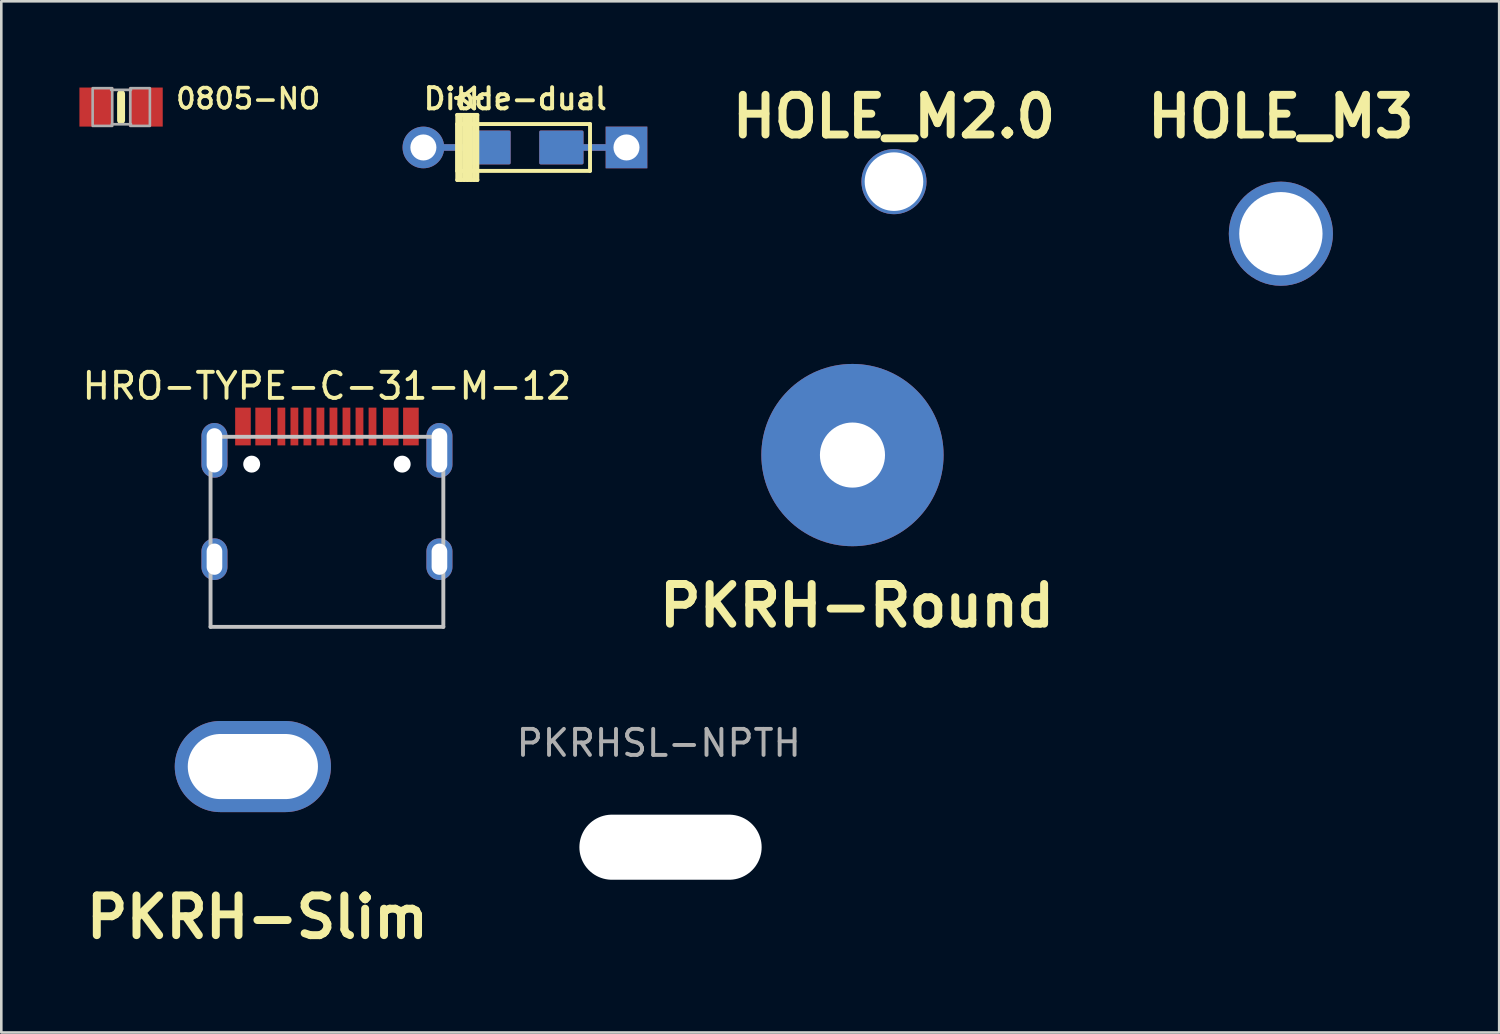
<source format=kicad_pcb>
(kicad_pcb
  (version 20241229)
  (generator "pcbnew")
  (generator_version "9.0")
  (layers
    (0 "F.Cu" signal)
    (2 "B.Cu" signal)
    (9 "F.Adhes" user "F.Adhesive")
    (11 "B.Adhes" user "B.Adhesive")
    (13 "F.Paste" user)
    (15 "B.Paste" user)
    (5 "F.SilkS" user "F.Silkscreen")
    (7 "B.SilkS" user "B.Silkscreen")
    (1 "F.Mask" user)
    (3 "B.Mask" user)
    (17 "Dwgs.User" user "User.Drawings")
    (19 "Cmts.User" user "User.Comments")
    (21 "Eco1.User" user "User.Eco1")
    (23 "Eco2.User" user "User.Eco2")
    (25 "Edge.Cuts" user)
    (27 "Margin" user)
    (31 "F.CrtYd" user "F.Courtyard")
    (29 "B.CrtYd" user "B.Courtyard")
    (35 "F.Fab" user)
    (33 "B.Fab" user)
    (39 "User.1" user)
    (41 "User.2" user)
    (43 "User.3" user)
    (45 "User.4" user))
  (footprint "Diode-dual"
    (layer "F.Cu")
    (at 17.11 2.613)
    (property "Reference" "Diode-dual" (at -0.37 -1.87 0) (layer "F.SilkS") (effects (font (size 0.813 0.813) (thickness 0.152))))
    (attr smd)
    (fp_line (start -2.6 -1.25) (end -2.6 1.25) (stroke (width 0.15) (type solid)) (layer "F.SilkS"))
    (fp_line (start -2.6 -0.9) (end -2.6 0.9) (stroke (width 0.15) (type solid)) (layer "F.SilkS"))
    (fp_line (start -2.6 0.9) (end 2.5 0.9) (stroke (width 0.15) (type solid)) (layer "F.SilkS"))
    (fp_line (start -2.463 -1.25) (end -2.463 1.25) (stroke (width 0.15) (type solid)) (layer "F.SilkS"))
    (fp_line (start -2.45 -2.3) (end -2.45 -1.5) (stroke (width 0.15) (type solid)) (layer "F.SilkS"))
    (fp_line (start -2.45 -1.9) (end -2.65 -1.9) (stroke (width 0.15) (type solid)) (layer "F.SilkS"))
    (fp_line (start -2.45 -1.9) (end -1.95 -2.3) (stroke (width 0.15) (type solid)) (layer "F.SilkS"))
    (fp_line (start -2.336 1.25) (end -2.336 -1.25) (stroke (width 0.15) (type solid)) (layer "F.SilkS"))
    (fp_line (start -2.209 -1.25) (end -2.209 1.25) (stroke (width 0.15) (type solid)) (layer "F.SilkS"))
    (fp_line (start -2.082 1.25) (end -2.082 -1.25) (stroke (width 0.15) (type solid)) (layer "F.SilkS"))
    (fp_line (start -1.955 -1.25) (end -1.955 1.25) (stroke (width 0.15) (type solid)) (layer "F.SilkS"))
    (fp_line (start -1.95 -2.3) (end -1.95 -1.9) (stroke (width 0.15) (type solid)) (layer "F.SilkS"))
    (fp_line (start -1.95 -1.5) (end -2.45 -1.9) (stroke (width 0.15) (type solid)) (layer "F.SilkS"))
    (fp_line (start -1.95 -1.9) (end -1.95 -1.5) (stroke (width 0.15) (type solid)) (layer "F.SilkS"))
    (fp_line (start -1.828 -1.25) (end -2.603 -1.25) (stroke (width 0.15) (type solid)) (layer "F.SilkS"))
    (fp_line (start -1.828 -1.25) (end -1.828 1.25) (stroke (width 0.15) (type solid)) (layer "F.SilkS"))
    (fp_line (start -1.825 1.25) (end -2.6 1.25) (stroke (width 0.15) (type solid)) (layer "F.SilkS"))
    (fp_line (start -1.65 -1.9) (end -1.95 -1.9) (stroke (width 0.15) (type solid)) (layer "F.SilkS"))
    (fp_line (start 2.5 -0.9) (end -2.6 -0.9) (stroke (width 0.15) (type solid)) (layer "F.SilkS"))
    (fp_line (start 2.5 0.9) (end 2.5 -0.9) (stroke (width 0.15) (type solid)) (layer "F.SilkS"))
    (pad "1" smd rect (at 1.4 0) (size 1.6 1.2) (layers "F.Cu" "F.Mask" "F.Paste"))
    (pad "1" smd rect (at 1.4 0) (size 1.6 1.2) (layers "B.Cu" "B.Mask" "B.Paste"))
    (pad "1" smd custom (at 1.4 0) (size 1.6 1.2) (layers "F.Cu") (options (anchor rect)) (primitives (gr_poly (pts (xy -0.8 -0.6) (xy -0.8 0.6) (xy 0.8 0.6) (xy 0.8 -0.6)) (width 0.1) (fill yes)) (gr_line (start 2.5 0) (end 0.1 0) (width 0.25)) (gr_poly (pts (xy 1.9 -0.6) (xy 1.9 0.6) (xy 3.1 0.6) (xy 3.1 -0.6)) (width 0.1) (fill yes))))
    (pad "1" smd custom (at 1.4 0) (size 1.6 1.2) (layers "B.Cu") (options (anchor rect)) (primitives (gr_poly (pts (xy 1.9 -0.6) (xy 1.9 0.6) (xy 3.1 0.6) (xy 3.1 -0.6)) (width 0.1) (fill yes)) (gr_poly (pts (xy -0.8 -0.6) (xy -0.8 0.6) (xy 0.8 0.6) (xy 0.8 -0.6)) (width 0.1) (fill yes)) (gr_line (start 0.4 0) (end 2.5 0) (width 0.25))))
    (pad "1" thru_hole rect (at 3.9 0) (size 1.6 1.6) (drill 1) (layers "*.Cu" "*.Mask"))
    (pad "2" thru_hole circle (at -3.9 0) (size 1.6 1.6) (drill 1) (layers "*.Cu" "*.Mask"))
    (pad "2" smd rect (at -1.4 0) (size 1.6 1.2) (layers "F.Cu" "F.Mask" "F.Paste"))
    (pad "2" smd rect (at -1.4 0) (size 1.6 1.2) (layers "B.Cu" "B.Mask" "B.Paste"))
    (pad "2" smd custom (at -1.4 0) (size 1.6 1.2) (layers "F.Cu") (options (anchor rect)) (primitives (gr_poly (pts (xy 0.8 -0.6) (xy 0.8 0.6) (xy -0.8 0.6) (xy -0.8 -0.6)) (width 0.1) (fill yes)) (gr_line (start 0.1 0) (end -2.5 0) (width 0.25)) (gr_circle (center -2.5 0) (end -2.2 0) (width 0.6) (fill no))))
    (pad "2" smd custom (at -1.4 0) (size 1.6 1.2) (layers "B.Cu") (options (anchor rect)) (primitives (gr_poly (pts (xy 0.8 -0.6) (xy 0.8 0.6) (xy -0.8 0.6) (xy -0.8 -0.6)) (width 0.1) (fill yes)) (gr_line (start -2.5 0) (end -0.1 0) (width 0.25)) (gr_circle (center -2.5 0) (end -2.2 0) (width 0.6) (fill no)))))
  (footprint "PKRHSL-NPTH"
    (layer "F.Cu")
    (at 22.701 29.487)
    (property "Reference" "PKRHSL-NPTH" (at -0.451 -4 0) (layer "F.Fab") (effects (font (size 1 1) (thickness 0.15))))
    (attr exclude_from_pos_files exclude_from_bom)
    (pad "" np_thru_hole oval (at 0 0) (size 7 2.5) (drill oval 7 2.5) (layers "*.Cu")))
  (footprint "HOLE_M3"
    (layer "F.Cu")
    (at 46.142 5.926)
    (property "Reference" "HOLE_M3" (at 0 -4.5 0) (layer "F.SilkS") (effects (font (size 1.524 1.524) (thickness 0.305))))
    (attr through_hole)
    (pad "1" thru_hole circle (at 0 0) (size 4 4) (drill 3.2) (layers "*.Cu" "*.Mask")))
  (footprint "HRO-TYPE-C-31-M-12"
    (layer "F.Cu")
    (at 9.506 21.025)
    (property "Reference" "HRO-TYPE-C-31-M-12" (at 0 -9.25 0) (layer "F.SilkS") (effects (font (size 1 1) (thickness 0.15))))
    (attr through_hole)
    (fp_line (start -4.47 -7.3) (end 4.47 -7.3) (stroke (width 0.15) (type solid)) (layer "Dwgs.User"))
    (fp_line (start -4.47 0) (end -4.47 -7.3) (stroke (width 0.15) (type solid)) (layer "Dwgs.User"))
    (fp_line (start -4.47 0) (end 4.47 0) (stroke (width 0.15) (type solid)) (layer "Dwgs.User"))
    (fp_line (start 4.47 0) (end 4.47 -7.3) (stroke (width 0.15) (type solid)) (layer "Dwgs.User"))
    (pad "" np_thru_hole circle (at -2.89 -6.25) (size 0.65 0.65) (drill 0.65) (layers "*.Cu" "*.Mask"))
    (pad "" np_thru_hole circle (at 2.89 -6.25) (size 0.65 0.65) (drill 0.65) (layers "*.Cu" "*.Mask"))
    (pad "1" smd rect (at -3.225 -7.695) (size 0.6 1.45) (layers "F.Cu" "F.Mask" "F.Paste"))
    (pad "2" smd rect (at -2.45 -7.695) (size 0.6 1.45) (layers "F.Cu" "F.Mask" "F.Paste"))
    (pad "3" smd rect (at -1.75 -7.695) (size 0.3 1.45) (layers "F.Cu" "F.Mask" "F.Paste"))
    (pad "4" smd rect (at -1.25 -7.695) (size 0.3 1.45) (layers "F.Cu" "F.Mask" "F.Paste"))
    (pad "5" smd rect (at -0.75 -7.695) (size 0.3 1.45) (layers "F.Cu" "F.Mask" "F.Paste"))
    (pad "6" smd rect (at -0.25 -7.695) (size 0.3 1.45) (layers "F.Cu" "F.Mask" "F.Paste"))
    (pad "7" smd rect (at 0.25 -7.695) (size 0.3 1.45) (layers "F.Cu" "F.Mask" "F.Paste"))
    (pad "8" smd rect (at 0.75 -7.695) (size 0.3 1.45) (layers "F.Cu" "F.Mask" "F.Paste"))
    (pad "9" smd rect (at 1.25 -7.695) (size 0.3 1.45) (layers "F.Cu" "F.Mask" "F.Paste"))
    (pad "10" smd rect (at 1.75 -7.695) (size 0.3 1.45) (layers "F.Cu" "F.Mask" "F.Paste"))
    (pad "11" smd rect (at 2.45 -7.695) (size 0.6 1.45) (layers "F.Cu" "F.Mask" "F.Paste"))
    (pad "12" smd rect (at 3.225 -7.695) (size 0.6 1.45) (layers "F.Cu" "F.Mask" "F.Paste"))
    (pad "13" thru_hole oval (at -4.32 -6.78) (size 1 2.1) (drill oval 0.6 1.7) (layers "*.Cu" "*.Mask"))
    (pad "13" thru_hole oval (at -4.32 -2.6) (size 1 1.6) (drill oval 0.6 1.2) (layers "*.Cu" "*.Mask"))
    (pad "13" thru_hole oval (at 4.32 -6.78) (size 1 2.1) (drill oval 0.6 1.7) (layers "*.Cu" "*.Mask"))
    (pad "13" thru_hole oval (at 4.32 -2.6) (size 1 1.6) (drill oval 0.6 1.2) (layers "*.Cu" "*.Mask")))
  (footprint "HOLE_M2.0"
    (layer "F.Cu")
    (at 31.283 3.926)
    (property "Reference" "HOLE_M2.0" (at 0 -2.5 0) (layer "F.SilkS") (effects (font (size 1.524 1.524) (thickness 0.305))))
    (attr through_hole)
    (pad "1" thru_hole circle (at 0 0) (size 2.5 2.5) (drill 2.25) (layers "*.Cu" "*.Mask")))
  (footprint "PKRH-Slim"
    (layer "F.Cu")
    (at 6.661 26.389)
    (property "Reference" "PKRH-Slim" (at 0.175 5.786 0) (layer "F.SilkS") (effects (font (size 1.524 1.524) (thickness 0.305))))
    (attr exclude_from_pos_files exclude_from_bom)
    (pad "1" thru_hole oval (at 0 0) (size 6 3.5) (drill oval 5 2.5) (layers "*.Cu" "*.Mask")))
  (footprint "0805-NO"
    (layer "F.Cu")
    (at 1.6 1.062)
    (property "Reference" "0805-NO" (at 2.032 0.127 0) (layer "F.SilkS") (effects (font (size 0.772 0.772) (thickness 0.139)) (justify left bottom)))
    (attr through_hole)
    (fp_line (start 0 -0.508) (end 0 0.508) (stroke (width 0.305) (type solid)) (layer "F.SilkS"))
    (fp_line (start -0.381 -0.66) (end 0.381 -0.66) (stroke (width 0.102) (type solid)) (layer "F.Fab"))
    (fp_line (start -0.356 0.66) (end 0.381 0.66) (stroke (width 0.102) (type solid)) (layer "F.Fab"))
    (fp_poly (pts (xy -1.092 0.724) (xy -0.342 0.724) (xy -0.342 -0.726) (xy -1.092 -0.726)) (stroke (width 0.1) (type solid)) (fill no) (layer "F.Fab"))
    (fp_poly (pts (xy 0.356 0.724) (xy 1.106 0.724) (xy 1.106 -0.726) (xy 0.356 -0.726)) (stroke (width 0.1) (type solid)) (fill no) (layer "F.Fab"))
    (pad "1" smd rect (at -0.95 0) (size 1.3 1.5) (layers "F.Cu" "F.Mask" "F.Paste"))
    (pad "2" smd rect (at 0.95 0) (size 1.3 1.5) (layers "F.Cu" "F.Mask" "F.Paste")))
  (footprint "PKRH-Round"
    (layer "F.Cu")
    (at 29.689 14.427)
    (property "Reference" "PKRH-Round" (at 0.175 5.786 0) (layer "F.SilkS") (effects (font (size 1.524 1.524) (thickness 0.305))))
    (attr exclude_from_pos_files exclude_from_bom)
    (pad "1" thru_hole circle (at 0 0) (size 7 7) (drill 2.5) (layers "*.Cu" "*.Mask")))
  (gr_rect
    (start -3 -3)
    (end 54.526 36.602)
    (stroke (width 0.1) (type default))
    (fill no)
    (layer "Edge.Cuts")))
</source>
